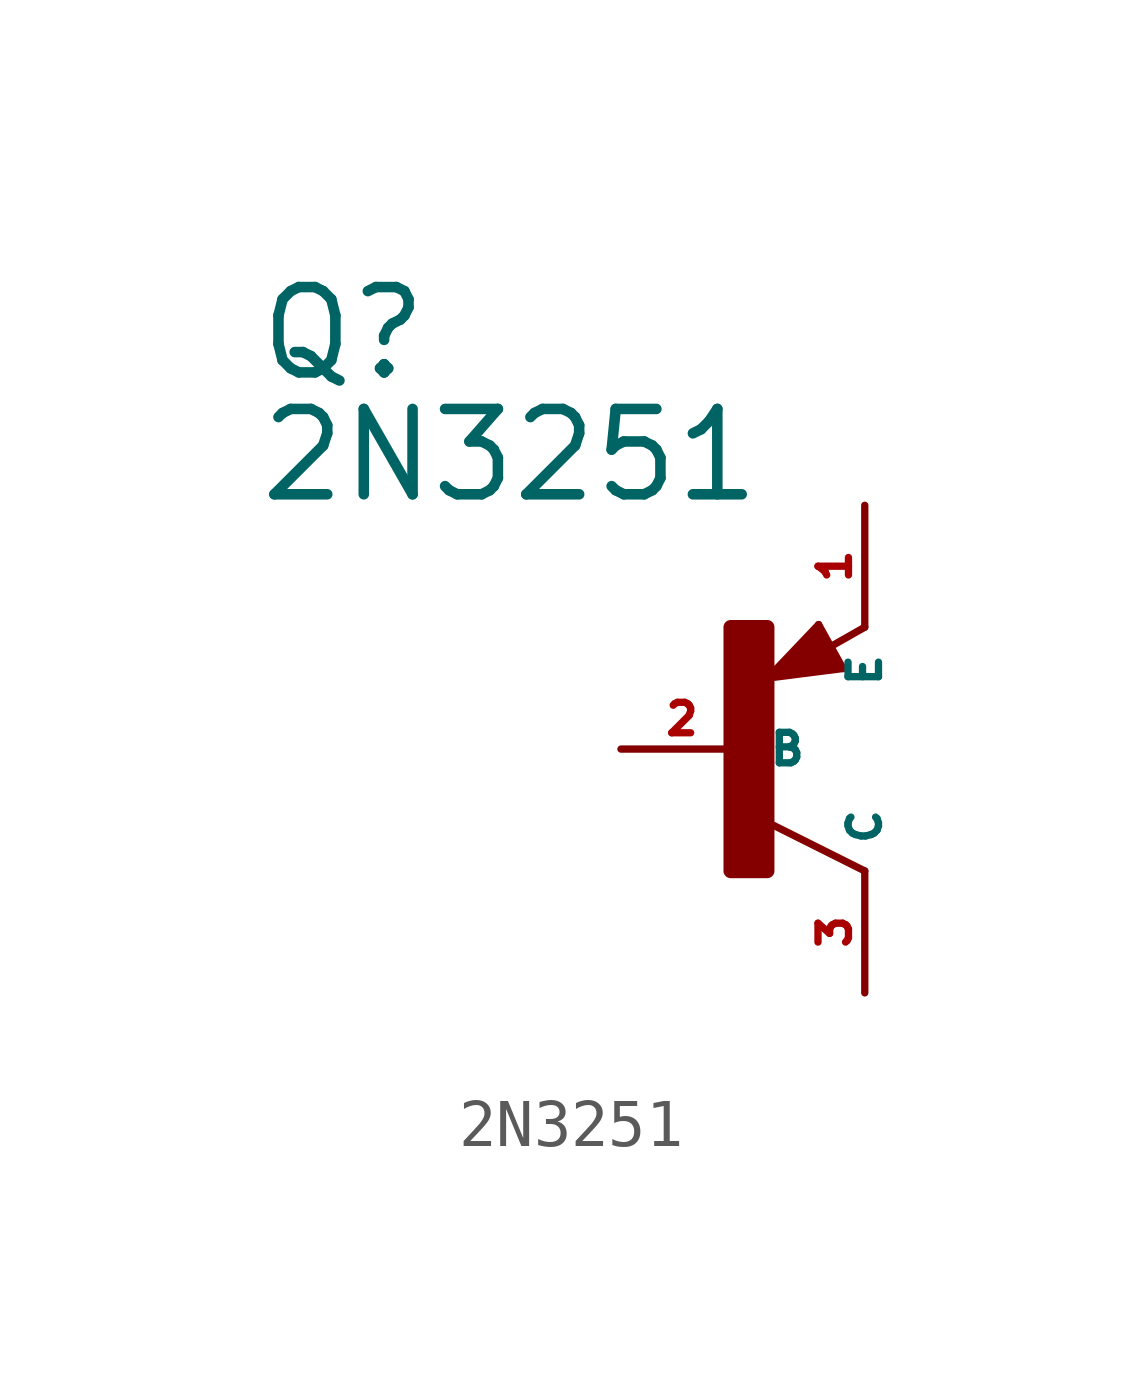
<source format=kicad_sym>
(kicad_symbol_lib
  (version 20220914)
  (generator Eagle2Kicad)
  (symbol "2N3251"
    (property "Reference" "Q"
      (at -10.16 7.62 0)
      (effects (font (size 1.778 1.778) (thickness 0.22)) (justify left bottom)))
    (property "Value" "2N3251"
      (at -10.16 5.08 0)
      (effects (font (size 1.778 1.778) (thickness 0.22)) (justify left bottom)))
    (polyline
      (pts (xy 2.086 1.678) (xy 1.578 2.594))
      (stroke (width 0.152) (type default))
      (fill (type none)))
    (polyline
      (pts (xy 1.578 2.594) (xy 0.516 1.478))
      (stroke (width 0.152) (type default))
      (fill (type none)))
    (polyline
      (pts (xy 0.516 1.478) (xy 2.086 1.678))
      (stroke (width 0.152) (type default))
      (fill (type none)))
    (polyline
      (pts (xy 2.54 2.54) (xy 1.808 2.124))
      (stroke (width 0.152) (type default))
      (fill (type none)))
    (polyline
      (pts (xy 2.54 -2.54) (xy 0.508 -1.524))
      (stroke (width 0.152) (type default))
      (fill (type none)))
    (polyline
      (pts (xy 1.905 1.778) (xy 1.524 2.413))
      (stroke (width 0.254) (type default))
      (fill (type none)))
    (polyline
      (pts (xy 1.524 2.413) (xy 0.762 1.651))
      (stroke (width 0.254) (type default))
      (fill (type none)))
    (polyline
      (pts (xy 0.762 1.651) (xy 1.778 1.778))
      (stroke (width 0.254) (type default))
      (fill (type none)))
    (polyline
      (pts (xy 1.778 1.778) (xy 1.524 2.159))
      (stroke (width 0.254) (type default))
      (fill (type none)))
    (polyline
      (pts (xy 1.524 2.159) (xy 1.143 1.905))
      (stroke (width 0.254) (type default))
      (fill (type none)))
    (polyline
      (pts (xy 1.143 1.905) (xy 1.524 1.905))
      (stroke (width 0.254) (type default))
      (fill (type none)))
    (rectangle
      (start -0.254 -2.54)
      (end 0.508 2.54)
      (stroke (width 0.3) (type default))
      (fill (type outline)))
    (pin passive line
      (at -2.54 0 0)
      (length 2.54)
      (name "B" (effects (font (size 0.635 0.635) (thickness 0.08)) (justify left bottom)))
      (number "2" (effects (font (size 0.635 0.635) (thickness 0.08)) (justify left bottom))))
    (pin passive line
      (at 2.54 5.08 270)
      (length 2.54)
      (name "E" (effects (font (size 0.635 0.635) (thickness 0.08)) (justify left bottom)))
      (number "1" (effects (font (size 0.635 0.635) (thickness 0.08)) (justify left bottom))))
    (pin passive line
      (at 2.54 -5.08 90)
      (length 2.54)
      (name "C" (effects (font (size 0.635 0.635) (thickness 0.08)) (justify left bottom)))
      (number "3" (effects (font (size 0.635 0.635) (thickness 0.08)) (justify left bottom))))))
</source>
